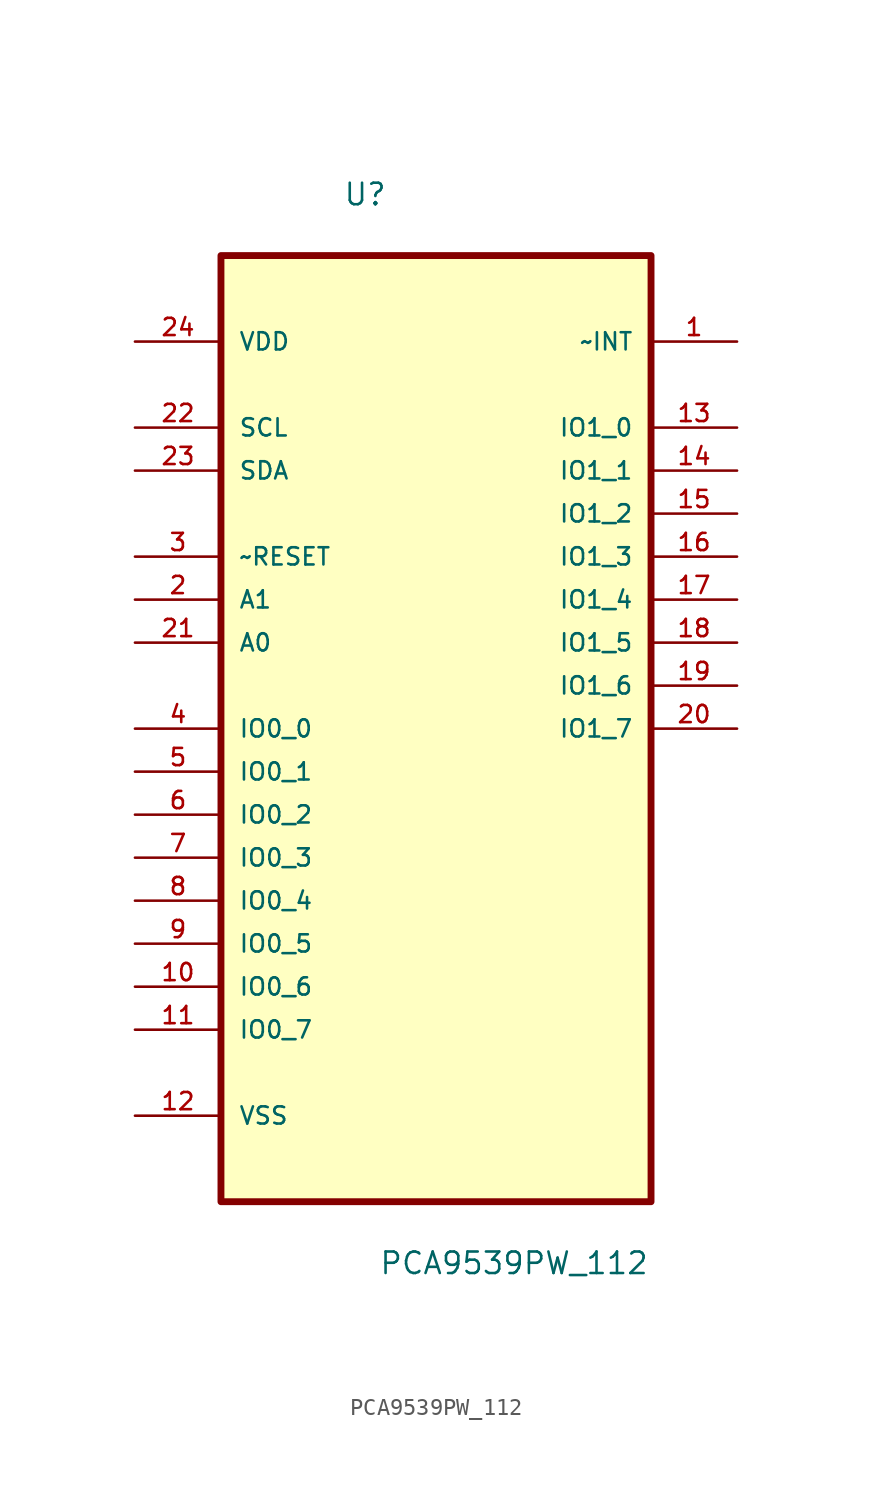
<source format=kicad_sym>
(kicad_symbol_lib
  (version 20211014)
  (generator kicad_symbol_editor)
  (symbol "PCA9539PW_112"
    (pin_names
      (offset 1.016))
    (property "Reference" "U"
      (at -5.496 28.27 0.0)
      (effects (font (size 1.27 1.27)) (justify bottom left)))
    (property "Value" "PCA9539PW_112"
      (at -3.381 -34.853 0.0)
      (effects (font (size 1.27 1.27)) (justify bottom left)))
    (symbol "PCA9539PW_112_0_0"
      (rectangle (start -12.7 -30.48) (end 12.7 25.4) (stroke (width 0.406)) (fill (type background)))
      (pin power_in line (at -17.78 20.32 0) (length 5.08) (name "VDD" (effects (font (size 1.016 1.016)))) (number "24" (effects (font (size 1.016 1.016)))))
      (pin input line (at -17.78 15.24 0) (length 5.08) (name "SCL" (effects (font (size 1.016 1.016)))) (number "22" (effects (font (size 1.016 1.016)))))
      (pin bidirectional line (at -17.78 12.7 0) (length 5.08) (name "SDA" (effects (font (size 1.016 1.016)))) (number "23" (effects (font (size 1.016 1.016)))))
      (pin input line (at -17.78 7.62 0) (length 5.08) (name "~RESET" (effects (font (size 1.016 1.016)))) (number "3" (effects (font (size 1.016 1.016)))))
      (pin input line (at -17.78 5.08 0) (length 5.08) (name "A1" (effects (font (size 1.016 1.016)))) (number "2" (effects (font (size 1.016 1.016)))))
      (pin input line (at -17.78 2.54 0) (length 5.08) (name "A0" (effects (font (size 1.016 1.016)))) (number "21" (effects (font (size 1.016 1.016)))))
      (pin bidirectional line (at -17.78 -2.54 0) (length 5.08) (name "IO0_0" (effects (font (size 1.016 1.016)))) (number "4" (effects (font (size 1.016 1.016)))))
      (pin bidirectional line (at -17.78 -5.08 0) (length 5.08) (name "IO0_1" (effects (font (size 1.016 1.016)))) (number "5" (effects (font (size 1.016 1.016)))))
      (pin bidirectional line (at -17.78 -7.62 0) (length 5.08) (name "IO0_2" (effects (font (size 1.016 1.016)))) (number "6" (effects (font (size 1.016 1.016)))))
      (pin bidirectional line (at -17.78 -10.16 0) (length 5.08) (name "IO0_3" (effects (font (size 1.016 1.016)))) (number "7" (effects (font (size 1.016 1.016)))))
      (pin bidirectional line (at -17.78 -12.7 0) (length 5.08) (name "IO0_4" (effects (font (size 1.016 1.016)))) (number "8" (effects (font (size 1.016 1.016)))))
      (pin bidirectional line (at -17.78 -15.24 0) (length 5.08) (name "IO0_5" (effects (font (size 1.016 1.016)))) (number "9" (effects (font (size 1.016 1.016)))))
      (pin bidirectional line (at -17.78 -17.78 0) (length 5.08) (name "IO0_6" (effects (font (size 1.016 1.016)))) (number "10" (effects (font (size 1.016 1.016)))))
      (pin bidirectional line (at -17.78 -20.32 0) (length 5.08) (name "IO0_7" (effects (font (size 1.016 1.016)))) (number "11" (effects (font (size 1.016 1.016)))))
      (pin passive line (at -17.78 -25.4 0) (length 5.08) (name "VSS" (effects (font (size 1.016 1.016)))) (number "12" (effects (font (size 1.016 1.016)))))
      (pin output line (at 17.78 20.32 180.0) (length 5.08) (name "~INT" (effects (font (size 1.016 1.016)))) (number "1" (effects (font (size 1.016 1.016)))))
      (pin bidirectional line (at 17.78 15.24 180.0) (length 5.08) (name "IO1_0" (effects (font (size 1.016 1.016)))) (number "13" (effects (font (size 1.016 1.016)))))
      (pin bidirectional line (at 17.78 12.7 180.0) (length 5.08) (name "IO1_1" (effects (font (size 1.016 1.016)))) (number "14" (effects (font (size 1.016 1.016)))))
      (pin bidirectional line (at 17.78 10.16 180.0) (length 5.08) (name "IO1_2" (effects (font (size 1.016 1.016)))) (number "15" (effects (font (size 1.016 1.016)))))
      (pin bidirectional line (at 17.78 7.62 180.0) (length 5.08) (name "IO1_3" (effects (font (size 1.016 1.016)))) (number "16" (effects (font (size 1.016 1.016)))))
      (pin bidirectional line (at 17.78 5.08 180.0) (length 5.08) (name "IO1_4" (effects (font (size 1.016 1.016)))) (number "17" (effects (font (size 1.016 1.016)))))
      (pin bidirectional line (at 17.78 2.54 180.0) (length 5.08) (name "IO1_5" (effects (font (size 1.016 1.016)))) (number "18" (effects (font (size 1.016 1.016)))))
      (pin bidirectional line (at 17.78 0.0 180.0) (length 5.08) (name "IO1_6" (effects (font (size 1.016 1.016)))) (number "19" (effects (font (size 1.016 1.016)))))
      (pin bidirectional line (at 17.78 -2.54 180.0) (length 5.08) (name "IO1_7" (effects (font (size 1.016 1.016)))) (number "20" (effects (font (size 1.016 1.016))))))))
</source>
